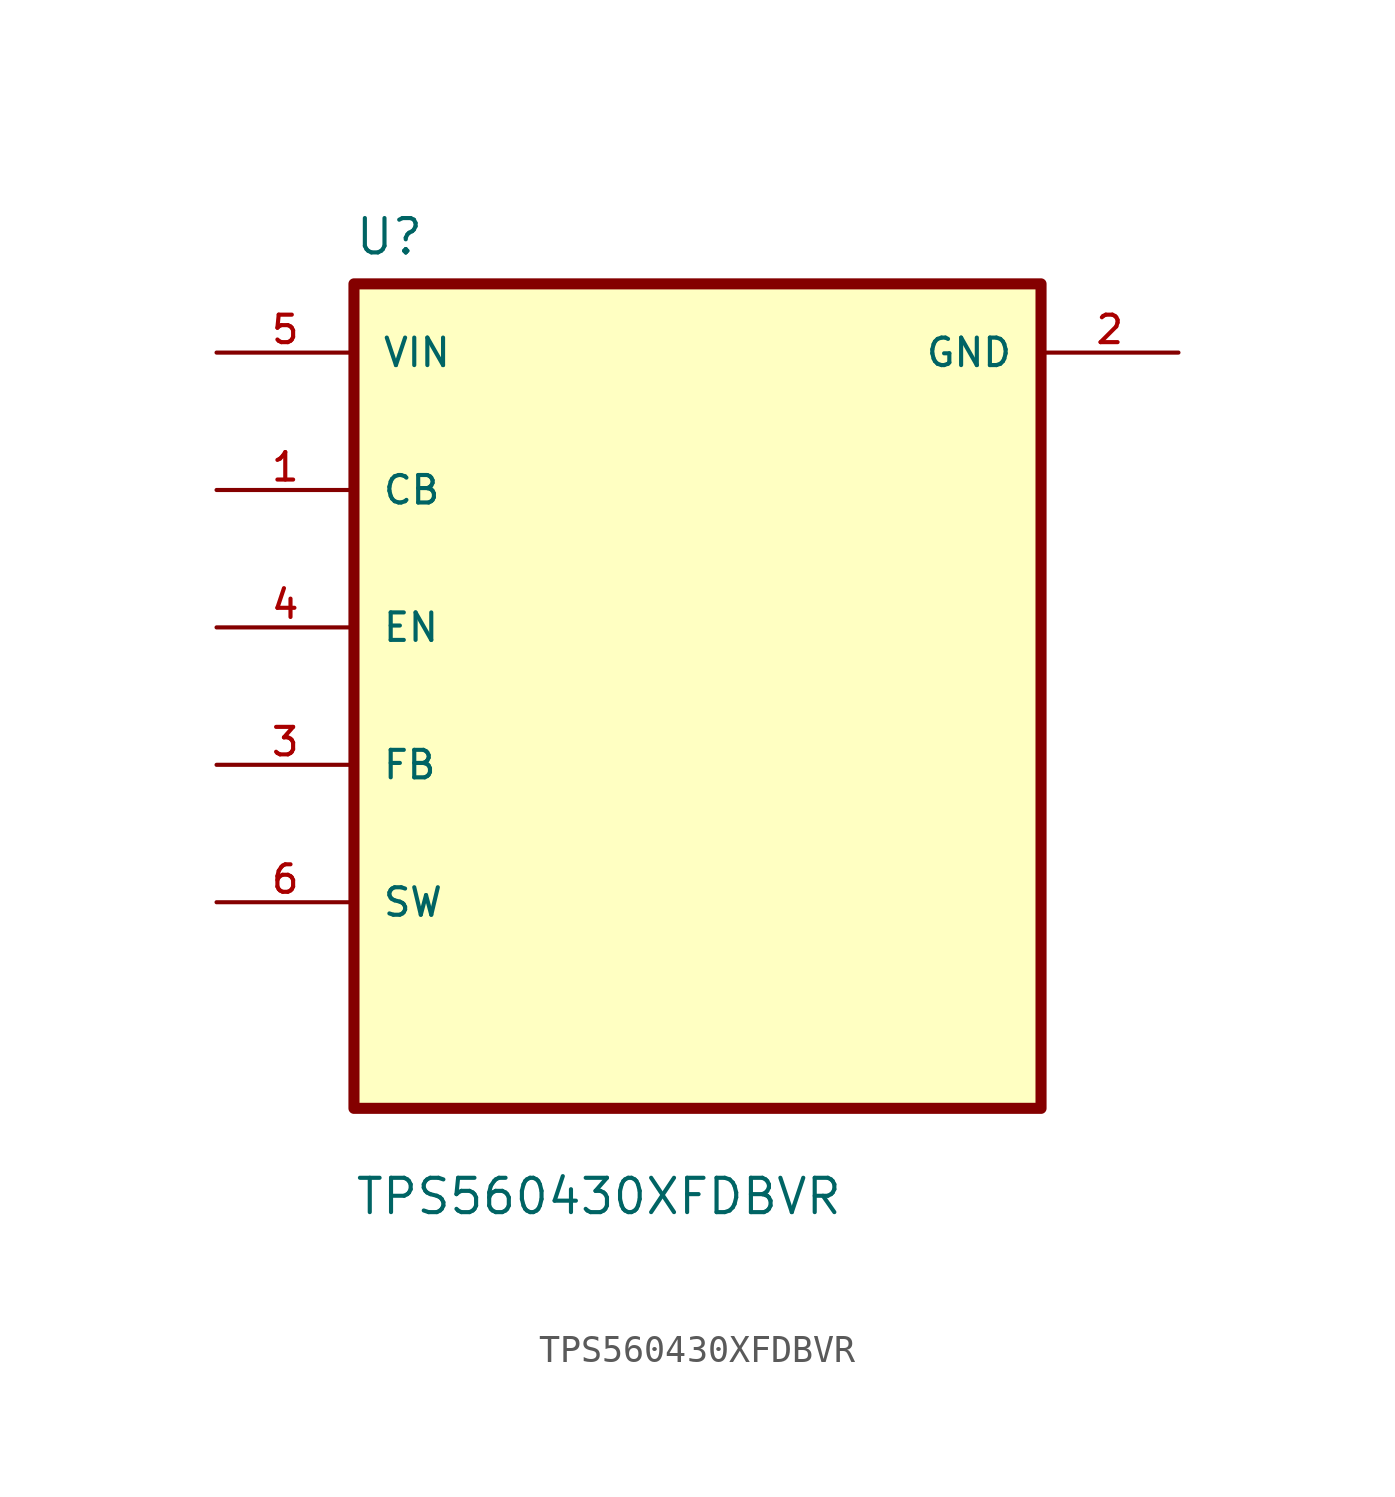
<source format=kicad_sym>
(kicad_symbol_lib
  (version 20211014)
  (generator kicad_symbol_editor)
  (symbol "TPS560430XFDBVR"
    (pin_names
      (offset 1.016))
    (property "Reference" "U"
      (at -12.7 16.24 0.0)
      (effects (font (size 1.27 1.27)) (justify bottom left)))
    (property "Value" "TPS560430XFDBVR"
      (at -12.7 -19.24 0.0)
      (effects (font (size 1.27 1.27)) (justify bottom left)))
    (symbol "TPS560430XFDBVR_0_0"
      (rectangle (start -12.7 -15.24) (end 12.7 15.24) (stroke (width 0.41)) (fill (type background)))
      (pin input line (at -17.78 12.7 0) (length 5.08) (name "VIN" (effects (font (size 1.016 1.016)))) (number "5" (effects (font (size 1.016 1.016)))))
      (pin bidirectional line (at -17.78 7.62 0) (length 5.08) (name "CB" (effects (font (size 1.016 1.016)))) (number "1" (effects (font (size 1.016 1.016)))))
      (pin bidirectional line (at -17.78 2.54 0) (length 5.08) (name "EN" (effects (font (size 1.016 1.016)))) (number "4" (effects (font (size 1.016 1.016)))))
      (pin bidirectional line (at -17.78 -2.54 0) (length 5.08) (name "FB" (effects (font (size 1.016 1.016)))) (number "3" (effects (font (size 1.016 1.016)))))
      (pin bidirectional line (at -17.78 -7.62 0) (length 5.08) (name "SW" (effects (font (size 1.016 1.016)))) (number "6" (effects (font (size 1.016 1.016)))))
      (pin power_in line (at 17.78 12.7 180.0) (length 5.08) (name "GND" (effects (font (size 1.016 1.016)))) (number "2" (effects (font (size 1.016 1.016))))))))
</source>
